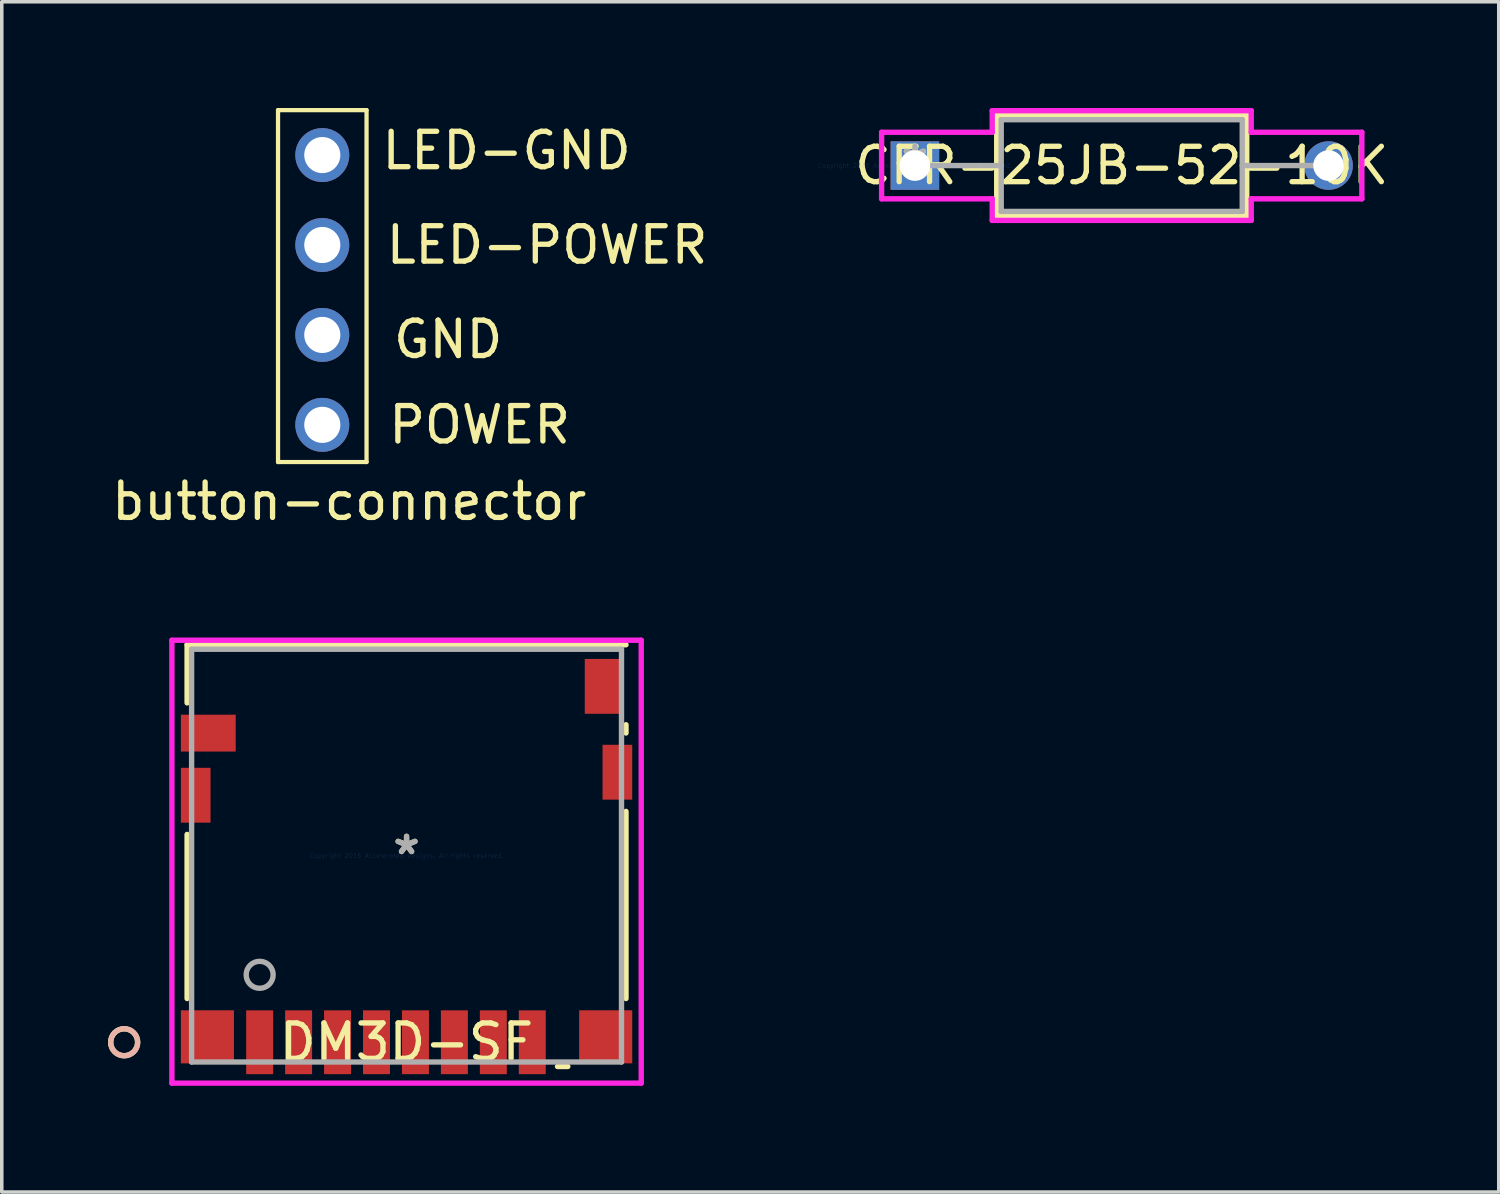
<source format=kicad_pcb>
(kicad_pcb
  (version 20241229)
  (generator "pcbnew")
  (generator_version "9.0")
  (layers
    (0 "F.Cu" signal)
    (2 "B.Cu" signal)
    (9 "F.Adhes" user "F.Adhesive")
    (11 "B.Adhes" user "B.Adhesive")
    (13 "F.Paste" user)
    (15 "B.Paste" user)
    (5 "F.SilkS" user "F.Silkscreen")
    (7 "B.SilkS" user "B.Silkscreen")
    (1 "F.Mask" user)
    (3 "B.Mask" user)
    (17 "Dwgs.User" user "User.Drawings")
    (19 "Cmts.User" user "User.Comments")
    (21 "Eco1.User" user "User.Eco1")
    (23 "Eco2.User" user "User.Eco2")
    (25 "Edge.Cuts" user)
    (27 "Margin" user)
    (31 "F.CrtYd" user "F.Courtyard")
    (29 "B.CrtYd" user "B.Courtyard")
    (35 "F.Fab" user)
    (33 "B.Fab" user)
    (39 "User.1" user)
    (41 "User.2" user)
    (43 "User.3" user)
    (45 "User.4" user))
  (footprint "button-connector"
    (layer "F.Cu")
    (at 6.053 8.95)
    (property "Reference" "button-connector" (at 0.762 2.159 0) (layer "F.SilkS") (effects (font (size 1 1) (thickness 0.15))))
    (attr through_hole)
    (fp_line (start -1.25 -8.89) (end -1.25 1.05) (stroke (width 0.12) (type solid)) (layer "F.SilkS"))
    (fp_line (start -1.25 -8.89) (end 1.25 -8.89) (stroke (width 0.12) (type solid)) (layer "F.SilkS"))
    (fp_line (start 1.25 1.05) (end -1.25 1.05) (stroke (width 0.12) (type solid)) (layer "F.SilkS"))
    (fp_line (start 1.25 1.05) (end 1.25 -8.89) (stroke (width 0.12) (type solid)) (layer "F.SilkS"))
    (fp_text user "POWER" (at 4.445 0 0) (layer "F.SilkS") (effects (font (size 1 1) (thickness 0.15))))
    (fp_text user "GND" (at 3.556 -2.413 0) (layer "F.SilkS") (effects (font (size 1 1) (thickness 0.15))))
    (fp_text user "LED-POWER" (at 6.35 -5.08 0) (layer "F.SilkS") (effects (font (size 1 1) (thickness 0.15))))
    (fp_text user "LED-GND" (at 5.207 -7.747 0) (layer "F.SilkS") (effects (font (size 1 1) (thickness 0.15))))
    (pad "1" thru_hole circle (at 0 0) (size 1.524 1.524) (drill 1.02) (layers "*.Cu" "*.Mask"))
    (pad "2" thru_hole circle (at 0 -2.54) (size 1.524 1.524) (drill 1.02) (layers "*.Cu" "*.Mask"))
    (pad "3" thru_hole circle (at 0 -5.08) (size 1.524 1.524) (drill 1.02) (layers "*.Cu" "*.Mask"))
    (pad "4" thru_hole circle (at 0 -7.62) (size 1.524 1.524) (drill 1.02) (layers "*.Cu" "*.Mask")))
  (footprint "DM3D-SF"
    (layer "F.Cu")
    (at 8.433 21.117)
    (property "Reference" "DM3D-SF" (at 0 5.271 0) (layer "F.SilkS") (effects (font (size 1 1) (thickness 0.15))))
    (attr through_hole)
    (fp_line (start -6.198 -5.956) (end -6.198 -4.314) (stroke (width 0.152) (type solid)) (layer "F.SilkS"))
    (fp_line (start -6.198 -0.599) (end -6.198 4.036) (stroke (width 0.152) (type solid)) (layer "F.SilkS"))
    (fp_line (start 4.264 5.956) (end 4.555 5.956) (stroke (width 0.152) (type solid)) (layer "F.SilkS"))
    (fp_line (start 6.198 -5.956) (end -6.198 -5.956) (stroke (width 0.152) (type solid)) (layer "F.SilkS"))
    (fp_line (start 6.198 -3.464) (end 6.198 -3.697) (stroke (width 0.152) (type solid)) (layer "F.SilkS"))
    (fp_line (start 6.198 4.036) (end 6.198 -1.249) (stroke (width 0.152) (type solid)) (layer "F.SilkS"))
    (fp_circle (center -7.976 5.271) (end -7.595 5.271) (stroke (width 0.152) (type solid)) (fill no) (layer "F.SilkS"))
    (fp_circle (center -7.976 5.271) (end -7.595 5.271) (stroke (width 0.152) (type solid)) (fill no) (layer "B.SilkS"))
    (fp_line (start -6.628 -6.083) (end -6.628 6.426) (stroke (width 0.152) (type solid)) (layer "F.CrtYd"))
    (fp_line (start -6.628 6.426) (end 6.628 6.426) (stroke (width 0.152) (type solid)) (layer "F.CrtYd"))
    (fp_line (start 6.628 -6.083) (end -6.628 -6.083) (stroke (width 0.152) (type solid)) (layer "F.CrtYd"))
    (fp_line (start 6.628 6.426) (end 6.628 -6.083) (stroke (width 0.152) (type solid)) (layer "F.CrtYd"))
    (fp_line (start -6.071 -5.829) (end -6.071 5.829) (stroke (width 0.152) (type solid)) (layer "F.Fab"))
    (fp_line (start -6.071 5.829) (end 6.071 5.829) (stroke (width 0.152) (type solid)) (layer "F.Fab"))
    (fp_line (start 6.071 -5.829) (end -6.071 -5.829) (stroke (width 0.152) (type solid)) (layer "F.Fab"))
    (fp_line (start 6.071 5.829) (end 6.071 -5.829) (stroke (width 0.152) (type solid)) (layer "F.Fab"))
    (fp_circle (center -4.149 3.366) (end -3.768 3.366) (stroke (width 0.152) (type solid)) (fill no) (layer "F.Fab"))
    (fp_text user "*" (at 0 0 0) (layer "F.SilkS") (effects (font (size 1 1) (thickness 0.15))))
    (fp_text user "Copyright 2016 Accelerated Designs. All rights reserved." (at 0 0 0) (layer "Cmts.User") (effects (font (size 0.127 0.127) (thickness 0.002))))
    (fp_text user "*" (at 0 0 0) (layer "F.Fab") (effects (font (size 1 1) (thickness 0.15))))
    (pad "1" smd rect (at -4.149 5.271) (size 0.762 1.803) (layers "F.Cu" "F.Mask" "F.Paste"))
    (pad "2" smd rect (at -3.049 5.271) (size 0.762 1.803) (layers "F.Cu" "F.Mask" "F.Paste"))
    (pad "3" smd rect (at -1.949 5.271) (size 0.762 1.803) (layers "F.Cu" "F.Mask" "F.Paste"))
    (pad "4" smd rect (at -0.849 5.271) (size 0.762 1.803) (layers "F.Cu" "F.Mask" "F.Paste"))
    (pad "5" smd rect (at 0.251 5.271) (size 0.762 1.803) (layers "F.Cu" "F.Mask" "F.Paste"))
    (pad "6" smd rect (at 1.351 5.271) (size 0.762 1.803) (layers "F.Cu" "F.Mask" "F.Paste"))
    (pad "7" smd rect (at 2.451 5.271) (size 0.762 1.803) (layers "F.Cu" "F.Mask" "F.Paste"))
    (pad "8" smd rect (at 3.551 5.271) (size 0.762 1.803) (layers "F.Cu" "F.Mask" "F.Paste"))
    (pad "9" smd rect (at -5.625 5.118 90) (size 1.499 1.499) (layers "F.Cu" "F.Mask" "F.Paste"))
    (pad "10" smd rect (at 5.625 5.118 90) (size 1.499 1.499) (layers "F.Cu" "F.Mask" "F.Paste"))
    (pad "11" smd rect (at -5.955 -1.706 90) (size 1.549 0.838) (layers "F.Cu" "F.Mask" "F.Paste"))
    (pad "12" smd rect (at 5.955 -2.356 90) (size 1.549 0.838) (layers "F.Cu" "F.Mask" "F.Paste"))
    (pad "13" smd rect (at -5.6 -3.46) (size 1.549 1.041) (layers "F.Cu" "F.Mask" "F.Paste"))
    (pad "14" smd rect (at 5.554 -4.781) (size 1.041 1.549) (layers "F.Cu" "F.Mask" "F.Paste")))
  (footprint "CFR-25JB-52-10K"
    (layer "F.Cu")
    (at 22.791 1.626)
    (property "Reference" "CFR-25JB-52-10K" (at 5.842 0 0) (layer "F.SilkS") (effects (font (size 1 1) (thickness 0.15))))
    (attr through_hole)
    (fp_line (start 2.311 -1.422) (end 2.311 1.422) (stroke (width 0.152) (type solid)) (layer "F.SilkS"))
    (fp_line (start 2.311 1.422) (end 9.373 1.422) (stroke (width 0.152) (type solid)) (layer "F.SilkS"))
    (fp_line (start 9.373 -1.422) (end 2.311 -1.422) (stroke (width 0.152) (type solid)) (layer "F.SilkS"))
    (fp_line (start 9.373 1.422) (end 9.373 -1.422) (stroke (width 0.152) (type solid)) (layer "F.SilkS"))
    (fp_line (start -0.94 -0.94) (end 2.184 -0.94) (stroke (width 0.152) (type solid)) (layer "F.CrtYd"))
    (fp_line (start -0.94 0.94) (end -0.94 -0.94) (stroke (width 0.152) (type solid)) (layer "F.CrtYd"))
    (fp_line (start 2.184 -1.549) (end 9.5 -1.549) (stroke (width 0.152) (type solid)) (layer "F.CrtYd"))
    (fp_line (start 2.184 -0.94) (end 2.184 -1.549) (stroke (width 0.152) (type solid)) (layer "F.CrtYd"))
    (fp_line (start 2.184 0.94) (end -0.94 0.94) (stroke (width 0.152) (type solid)) (layer "F.CrtYd"))
    (fp_line (start 2.184 1.549) (end 2.184 0.94) (stroke (width 0.152) (type solid)) (layer "F.CrtYd"))
    (fp_line (start 9.5 -1.549) (end 9.5 -0.94) (stroke (width 0.152) (type solid)) (layer "F.CrtYd"))
    (fp_line (start 9.5 -0.94) (end 12.624 -0.94) (stroke (width 0.152) (type solid)) (layer "F.CrtYd"))
    (fp_line (start 9.5 0.94) (end 9.5 1.549) (stroke (width 0.152) (type solid)) (layer "F.CrtYd"))
    (fp_line (start 9.5 1.549) (end 2.184 1.549) (stroke (width 0.152) (type solid)) (layer "F.CrtYd"))
    (fp_line (start 12.624 -0.94) (end 12.624 0.94) (stroke (width 0.152) (type solid)) (layer "F.CrtYd"))
    (fp_line (start 12.624 0.94) (end 9.5 0.94) (stroke (width 0.152) (type solid)) (layer "F.CrtYd"))
    (fp_line (start 0 0) (end 2.438 0) (stroke (width 0.152) (type solid)) (layer "F.Fab"))
    (fp_line (start 2.438 -1.295) (end 2.438 1.295) (stroke (width 0.152) (type solid)) (layer "F.Fab"))
    (fp_line (start 2.438 1.295) (end 9.246 1.295) (stroke (width 0.152) (type solid)) (layer "F.Fab"))
    (fp_line (start 9.246 -1.295) (end 2.438 -1.295) (stroke (width 0.152) (type solid)) (layer "F.Fab"))
    (fp_line (start 9.246 1.295) (end 9.246 -1.295) (stroke (width 0.152) (type solid)) (layer "F.Fab"))
    (fp_line (start 11.684 0) (end 9.246 0) (stroke (width 0.152) (type solid)) (layer "F.Fab"))
    (fp_text user "*" (at 0 0 0) (layer "F.SilkS") (effects (font (size 1 1) (thickness 0.15))))
    (fp_text user "Copyright 2016 Accelerated Designs. All rights reserved." (at 0 0 0) (layer "Cmts.User") (effects (font (size 0.127 0.127) (thickness 0.002))))
    (fp_text user "*" (at 0 0 0) (layer "F.Fab") (effects (font (size 1 1) (thickness 0.15))))
    (pad "1" thru_hole rect (at 0 0) (size 1.372 1.372) (drill 0.864) (layers "*.Cu" "*.Mask"))
    (pad "2" thru_hole circle (at 11.684 0) (size 1.372 1.372) (drill 0.864) (layers "*.Cu" "*.Mask")))
  (gr_rect
    (start -3 -3)
    (end 39.282 30.619)
    (stroke (width 0.1) (type default))
    (fill no)
    (layer "Edge.Cuts")))
</source>
